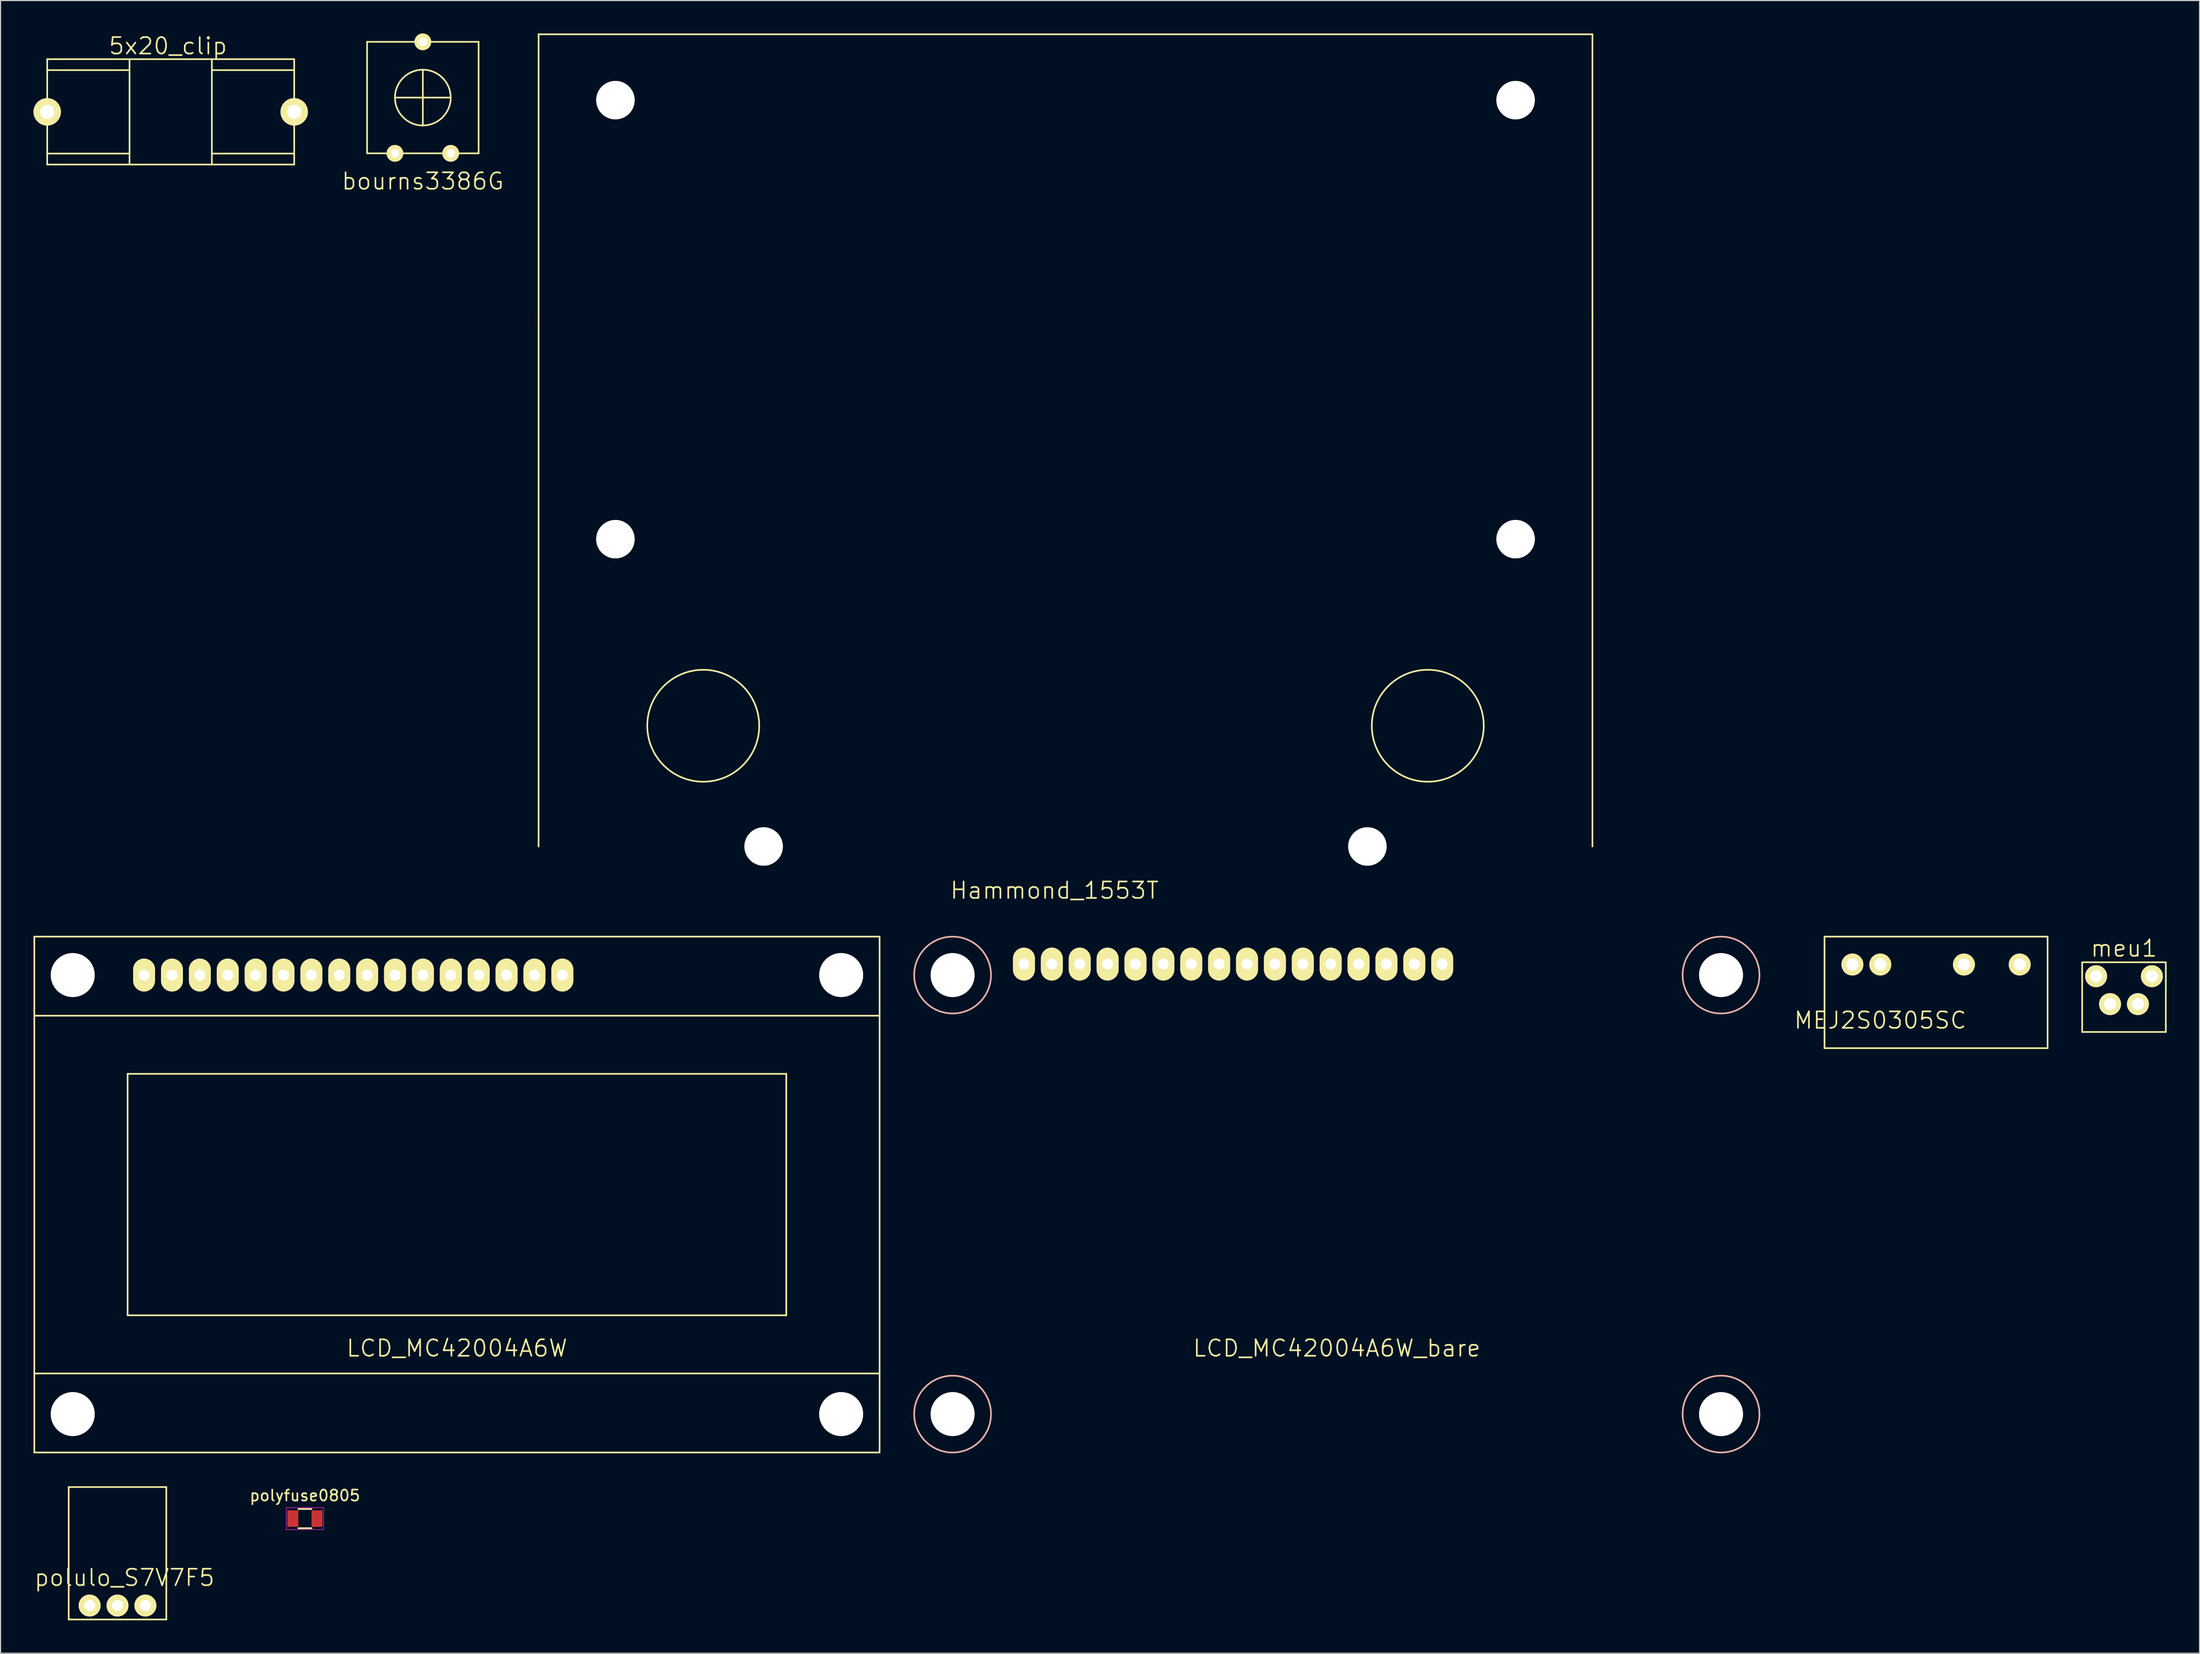
<source format=kicad_pcb>
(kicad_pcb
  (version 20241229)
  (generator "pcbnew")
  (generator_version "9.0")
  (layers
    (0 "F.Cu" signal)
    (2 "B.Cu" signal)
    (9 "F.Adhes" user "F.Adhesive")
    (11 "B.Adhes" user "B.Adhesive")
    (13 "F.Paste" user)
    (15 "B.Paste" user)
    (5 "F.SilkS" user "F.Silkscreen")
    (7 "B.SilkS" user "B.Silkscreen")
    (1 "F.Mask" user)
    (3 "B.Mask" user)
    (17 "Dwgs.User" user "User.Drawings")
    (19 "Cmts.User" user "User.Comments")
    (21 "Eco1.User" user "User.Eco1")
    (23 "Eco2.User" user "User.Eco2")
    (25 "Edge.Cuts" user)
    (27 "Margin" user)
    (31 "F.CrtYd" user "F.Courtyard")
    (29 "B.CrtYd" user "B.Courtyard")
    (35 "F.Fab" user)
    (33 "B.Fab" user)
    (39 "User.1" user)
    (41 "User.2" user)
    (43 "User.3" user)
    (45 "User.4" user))
  (footprint "MEJ2S0305SC"
    (layer "F.Cu")
    (at 165.692 84.831)
    (property "Reference" "MEJ2S0305SC" (at 2.54 5.08 0) (layer "F.SilkS") (effects (font (size 1.5 1.5) (thickness 0.15))))
    (attr through_hole)
    (fp_line (start -2.54 -2.54) (end 17.78 -2.54) (stroke (width 0.15) (type solid)) (layer "F.SilkS"))
    (fp_line (start -2.54 7.62) (end -2.54 -2.54) (stroke (width 0.15) (type solid)) (layer "F.SilkS"))
    (fp_line (start 17.78 -2.54) (end 17.78 7.62) (stroke (width 0.15) (type solid)) (layer "F.SilkS"))
    (fp_line (start 17.78 7.62) (end -2.54 7.62) (stroke (width 0.15) (type solid)) (layer "F.SilkS"))
    (pad "1" thru_hole circle (at 0 0) (size 2 2) (drill 1.1) (layers "*.Cu" "*.Mask" "F.SilkS"))
    (pad "2" thru_hole circle (at 2.54 0) (size 2 2) (drill 1.1) (layers "*.Cu" "*.Mask" "F.SilkS"))
    (pad "5" thru_hole circle (at 10.16 0) (size 2 2) (drill 1.1) (layers "*.Cu" "*.Mask" "F.SilkS"))
    (pad "7" thru_hole circle (at 15.24 0) (size 2 2) (drill 1.1) (layers "*.Cu" "*.Mask" "F.SilkS")))
  (footprint "meu1"
    (layer "F.Cu")
    (at 190.432 87.166)
    (property "Reference" "meu1" (at 0 -3.81 0) (layer "F.SilkS") (effects (font (size 1.5 1.5) (thickness 0.15))))
    (attr through_hole)
    (fp_line (start -3.81 -2.54) (end 3.81 -2.54) (stroke (width 0.15) (type solid)) (layer "F.SilkS"))
    (fp_line (start -3.81 3.81) (end -3.81 -2.54) (stroke (width 0.15) (type solid)) (layer "F.SilkS"))
    (fp_line (start 3.81 -2.54) (end 3.81 3.81) (stroke (width 0.15) (type solid)) (layer "F.SilkS"))
    (fp_line (start 3.81 3.81) (end -3.81 3.81) (stroke (width 0.15) (type solid)) (layer "F.SilkS"))
    (pad "1" thru_hole circle (at -2.54 -1.27) (size 2 2) (drill 1.1) (layers "*.Cu" "*.Mask" "F.SilkS"))
    (pad "2" thru_hole circle (at -1.27 1.27) (size 2 2) (drill 1.1) (layers "*.Cu" "*.Mask" "F.SilkS"))
    (pad "3" thru_hole circle (at 1.27 1.27) (size 2 2) (drill 1.1) (layers "*.Cu" "*.Mask" "F.SilkS"))
    (pad "4" thru_hole circle (at 2.54 -1.27) (size 2 2) (drill 1.1) (layers "*.Cu" "*.Mask" "F.SilkS")))
  (footprint "5x20_clip"
    (layer "F.Cu")
    (at 12.25 7.141)
    (property "Reference" "5x20_clip" (at 0 -6 0) (layer "F.SilkS") (effects (font (size 1.5 1.5) (thickness 0.15))))
    (attr through_hole)
    (fp_line (start -11 -4.8) (end -11 4.8) (stroke (width 0.15) (type solid)) (layer "F.SilkS"))
    (fp_line (start -11 4.8) (end 11.5 4.8) (stroke (width 0.15) (type solid)) (layer "F.SilkS"))
    (fp_line (start -3.5 -3.8) (end -11 -3.8) (stroke (width 0.15) (type solid)) (layer "F.SilkS"))
    (fp_line (start -3.5 3.8) (end -11 3.8) (stroke (width 0.15) (type solid)) (layer "F.SilkS"))
    (fp_line (start -3.5 4.7) (end -3.5 -4.8) (stroke (width 0.15) (type solid)) (layer "F.SilkS"))
    (fp_line (start 4 -4.8) (end 4 4.8) (stroke (width 0.15) (type solid)) (layer "F.SilkS"))
    (fp_line (start 4 -3.8) (end 11.5 -3.8) (stroke (width 0.15) (type solid)) (layer "F.SilkS"))
    (fp_line (start 4 3.8) (end 11.5 3.8) (stroke (width 0.15) (type solid)) (layer "F.SilkS"))
    (fp_line (start 11.5 -4.8) (end -11 -4.8) (stroke (width 0.15) (type solid)) (layer "F.SilkS"))
    (fp_line (start 11.5 4.8) (end 11.5 -4.8) (stroke (width 0.15) (type solid)) (layer "F.SilkS"))
    (pad "1" thru_hole circle (at -11 0) (size 2.5 2.5) (drill 1.3) (layers "*.Cu" "*.Mask" "F.SilkS"))
    (pad "2" thru_hole circle (at 11.5 0) (size 2.5 2.5) (drill 1.3) (layers "*.Cu" "*.Mask" "F.SilkS")))
  (footprint "LCD_MC42004A6W_bare"
    (layer "F.Cu")
    (at 118.725 105.791)
    (property "Reference" "LCD_MC42004A6W_bare" (at 0 14 0) (layer "F.SilkS") (effects (font (size 1.5 1.5) (thickness 0.15))))
    (attr through_hole)
    (fp_circle (center -35 -20) (end -31.5 -20) (stroke (width 0.15) (type solid)) (fill no) (layer "B.SilkS"))
    (fp_circle (center -35 20) (end -38.5 20) (stroke (width 0.15) (type solid)) (fill no) (layer "B.SilkS"))
    (fp_circle (center 35 -20) (end 38.5 -20) (stroke (width 0.15) (type solid)) (fill no) (layer "B.SilkS"))
    (fp_circle (center 35 20) (end 38.5 20) (stroke (width 0.15) (type solid)) (fill no) (layer "B.SilkS"))
    (pad "" np_thru_hole circle (at -35 -20) (size 4 4) (drill 4) (layers "*.Cu" "*.Mask" "F.SilkS"))
    (pad "" np_thru_hole circle (at -35 20) (size 4 4) (drill 4) (layers "*.Cu" "*.Mask" "F.SilkS"))
    (pad "" np_thru_hole circle (at 35 -20) (size 4 4) (drill 4) (layers "*.Cu" "*.Mask" "F.SilkS"))
    (pad "" np_thru_hole circle (at 35 20) (size 4 4) (drill 4) (layers "*.Cu" "*.Mask" "F.SilkS"))
    (pad "1" thru_hole oval (at -28.5 -21) (size 2 3) (drill 1) (layers "*.Cu" "*.Mask" "F.SilkS"))
    (pad "2" thru_hole oval (at -25.96 -21) (size 2 3) (drill 1) (layers "*.Cu" "*.Mask" "F.SilkS"))
    (pad "3" thru_hole oval (at -23.42 -21) (size 2 3) (drill 1) (layers "*.Cu" "*.Mask" "F.SilkS"))
    (pad "4" thru_hole oval (at -20.88 -21) (size 2 3) (drill 1) (layers "*.Cu" "*.Mask" "F.SilkS"))
    (pad "5" thru_hole oval (at -18.34 -21) (size 2 3) (drill 1) (layers "*.Cu" "*.Mask" "F.SilkS"))
    (pad "6" thru_hole oval (at -15.8 -21) (size 2 3) (drill 1) (layers "*.Cu" "*.Mask" "F.SilkS"))
    (pad "7" thru_hole oval (at -13.26 -21) (size 2 3) (drill 1) (layers "*.Cu" "*.Mask" "F.SilkS"))
    (pad "8" thru_hole oval (at -10.72 -21) (size 2 3) (drill 1) (layers "*.Cu" "*.Mask" "F.SilkS"))
    (pad "9" thru_hole oval (at -8.18 -21) (size 2 3) (drill 1) (layers "*.Cu" "*.Mask" "F.SilkS"))
    (pad "10" thru_hole oval (at -5.64 -21) (size 2 3) (drill 1) (layers "*.Cu" "*.Mask" "F.SilkS"))
    (pad "11" thru_hole oval (at -3.1 -21) (size 2 3) (drill 1) (layers "*.Cu" "*.Mask" "F.SilkS"))
    (pad "12" thru_hole oval (at -0.56 -21) (size 2 3) (drill 1) (layers "*.Cu" "*.Mask" "F.SilkS"))
    (pad "13" thru_hole oval (at 1.98 -21) (size 2 3) (drill 1) (layers "*.Cu" "*.Mask" "F.SilkS"))
    (pad "14" thru_hole oval (at 4.52 -21) (size 2 3) (drill 1) (layers "*.Cu" "*.Mask" "F.SilkS"))
    (pad "15" thru_hole oval (at 7.06 -21) (size 2 3) (drill 1) (layers "*.Cu" "*.Mask" "F.SilkS"))
    (pad "16" thru_hole oval (at 9.6 -21) (size 2 3) (drill 1) (layers "*.Cu" "*.Mask" "F.SilkS")))
  (footprint "bourns3386G"
    (layer "F.Cu")
    (at 35.468 5.842)
    (property "Reference" "bourns3386G" (at 0 7.62 0) (layer "F.SilkS") (effects (font (size 1.5 1.5) (thickness 0.15))))
    (attr through_hole)
    (fp_line (start -5.08 -5.08) (end -5.08 5.08) (stroke (width 0.15) (type solid)) (layer "F.SilkS"))
    (fp_line (start -5.08 -5.08) (end 5.08 -5.08) (stroke (width 0.15) (type solid)) (layer "F.SilkS"))
    (fp_line (start -5.08 5.08) (end 5.08 5.08) (stroke (width 0.15) (type solid)) (layer "F.SilkS"))
    (fp_line (start -2.54 0) (end 2.54 0) (stroke (width 0.15) (type solid)) (layer "F.SilkS"))
    (fp_line (start 0 -2.54) (end 0 2.54) (stroke (width 0.15) (type solid)) (layer "F.SilkS"))
    (fp_line (start 5.08 5.08) (end 5.08 -5.08) (stroke (width 0.15) (type solid)) (layer "F.SilkS"))
    (fp_circle (center 0 0) (end 2.54 0) (stroke (width 0.15) (type solid)) (fill no) (layer "F.SilkS"))
    (pad "1" thru_hole circle (at -2.54 5.08) (size 1.524 1.524) (drill 0.762) (layers "*.Cu" "*.Mask" "F.SilkS"))
    (pad "2" thru_hole circle (at 0 -5.08) (size 1.524 1.524) (drill 0.762) (layers "*.Cu" "*.Mask" "F.SilkS"))
    (pad "3" thru_hole circle (at 2.54 5.08) (size 1.524 1.524) (drill 0.762) (layers "*.Cu" "*.Mask" "F.SilkS")))
  (footprint "Hammond_1553T"
    (layer "F.Cu")
    (at 94.011 74.075)
    (property "Reference" "Hammond_1553T" (at -1 4 0) (layer "F.SilkS") (effects (font (size 1.5 1.5) (thickness 0.15))))
    (attr through_hole)
    (fp_line (start -48 -74) (end -48 -48) (stroke (width 0.15) (type solid)) (layer "F.SilkS"))
    (fp_line (start -48 -74) (end 48 -74) (stroke (width 0.15) (type solid)) (layer "F.SilkS"))
    (fp_line (start -48 0) (end -48 -48) (stroke (width 0.15) (type solid)) (layer "F.SilkS"))
    (fp_line (start 48 -74) (end 48 -48) (stroke (width 0.15) (type solid)) (layer "F.SilkS"))
    (fp_line (start 48 0) (end 48 -48) (stroke (width 0.15) (type solid)) (layer "F.SilkS"))
    (fp_circle (center -33 -11) (end -28 -12) (stroke (width 0.15) (type solid)) (fill no) (layer "F.SilkS"))
    (fp_circle (center 33 -11) (end 38 -12) (stroke (width 0.15) (type solid)) (fill no) (layer "F.SilkS"))
    (pad "" np_thru_hole circle (at -41 -68) (size 3.5 3.5) (drill 3.5) (layers "*.Cu" "*.Mask" "F.SilkS"))
    (pad "" np_thru_hole circle (at -41 -28) (size 3.5 3.5) (drill 3.5) (layers "*.Cu" "*.Mask" "F.SilkS"))
    (pad "" np_thru_hole circle (at -27.5 0) (size 3.5 3.5) (drill 3.5) (layers "*.Cu" "*.Mask" "F.SilkS"))
    (pad "" np_thru_hole circle (at 27.5 0) (size 3.5 3.5) (drill 3.5) (layers "*.Cu" "*.Mask" "F.SilkS"))
    (pad "" np_thru_hole circle (at 41 -68) (size 3.5 3.5) (drill 3.5) (layers "*.Cu" "*.Mask" "F.SilkS"))
    (pad "" np_thru_hole circle (at 41 -28) (size 3.5 3.5) (drill 3.5) (layers "*.Cu" "*.Mask" "F.SilkS")))
  (footprint "polyfuse0805"
    (layer "F.Cu")
    (at 24.727 135.314)
    (property "Reference" "polyfuse0805" (at 0 -2.1 0) (layer "F.SilkS") (effects (font (size 1 1) (thickness 0.15))))
    (attr smd)
    (fp_line (start -0.6 -0.875) (end 0.6 -0.875) (stroke (width 0.15) (type solid)) (layer "F.SilkS"))
    (fp_line (start 0.6 0.875) (end -0.6 0.875) (stroke (width 0.15) (type solid)) (layer "F.SilkS"))
    (fp_line (start -1.7 -1) (end 1.7 -1) (stroke (width 0.05) (type solid)) (layer "F.CrtYd"))
    (fp_line (start -1.7 1) (end -1.7 -1) (stroke (width 0.05) (type solid)) (layer "F.CrtYd"))
    (fp_line (start -1.7 1) (end 1.7 1) (stroke (width 0.05) (type solid)) (layer "F.CrtYd"))
    (fp_line (start 1.7 -1) (end 1.7 1) (stroke (width 0.05) (type solid)) (layer "F.CrtYd"))
    (pad "1" smd rect (at -1.1 0) (size 1 1.5) (layers "F.Cu" "F.Mask" "F.Paste"))
    (pad "2" smd rect (at 1.1 0) (size 1 1.5) (layers "F.Cu" "F.Mask" "F.Paste")))
  (footprint "LCD_MC42004A6W"
    (layer "F.Cu")
    (at 38.575 105.791)
    (property "Reference" "LCD_MC42004A6W" (at 0 14 0) (layer "F.SilkS") (effects (font (size 1.5 1.5) (thickness 0.15))))
    (attr through_hole)
    (fp_line (start -38.5 -23.5) (end -38.5 23.5) (stroke (width 0.15) (type solid)) (layer "F.SilkS"))
    (fp_line (start -38.5 -16.3) (end 38.5 -16.3) (stroke (width 0.15) (type solid)) (layer "F.SilkS"))
    (fp_line (start -38.5 16.3) (end 38.5 16.3) (stroke (width 0.15) (type solid)) (layer "F.SilkS"))
    (fp_line (start -38.5 23.5) (end 38.5 23.5) (stroke (width 0.15) (type solid)) (layer "F.SilkS"))
    (fp_line (start -30 -11) (end -30 11) (stroke (width 0.15) (type solid)) (layer "F.SilkS"))
    (fp_line (start -30 11) (end 30 11) (stroke (width 0.15) (type solid)) (layer "F.SilkS"))
    (fp_line (start 30 -11) (end -30 -11) (stroke (width 0.15) (type solid)) (layer "F.SilkS"))
    (fp_line (start 30 11) (end 30 -11) (stroke (width 0.15) (type solid)) (layer "F.SilkS"))
    (fp_line (start 38.5 -23.5) (end -38.5 -23.5) (stroke (width 0.15) (type solid)) (layer "F.SilkS"))
    (fp_line (start 38.5 23.5) (end 38.5 -23.5) (stroke (width 0.15) (type solid)) (layer "F.SilkS"))
    (pad "" np_thru_hole circle (at -35 -20) (size 4 4) (drill 4) (layers "*.Cu" "*.Mask" "F.SilkS"))
    (pad "" np_thru_hole circle (at -35 20) (size 4 4) (drill 4) (layers "*.Cu" "*.Mask" "F.SilkS"))
    (pad "" np_thru_hole circle (at 35 -20) (size 4 4) (drill 4) (layers "*.Cu" "*.Mask" "F.SilkS"))
    (pad "" np_thru_hole circle (at 35 20) (size 4 4) (drill 4) (layers "*.Cu" "*.Mask" "F.SilkS"))
    (pad "1" thru_hole oval (at -28.5 -20) (size 2 3) (drill 1) (layers "*.Cu" "*.Mask" "F.SilkS"))
    (pad "2" thru_hole oval (at -25.96 -20) (size 2 3) (drill 1) (layers "*.Cu" "*.Mask" "F.SilkS"))
    (pad "3" thru_hole oval (at -23.42 -20) (size 2 3) (drill 1) (layers "*.Cu" "*.Mask" "F.SilkS"))
    (pad "4" thru_hole oval (at -20.88 -20) (size 2 3) (drill 1) (layers "*.Cu" "*.Mask" "F.SilkS"))
    (pad "5" thru_hole oval (at -18.34 -20) (size 2 3) (drill 1) (layers "*.Cu" "*.Mask" "F.SilkS"))
    (pad "6" thru_hole oval (at -15.8 -20) (size 2 3) (drill 1) (layers "*.Cu" "*.Mask" "F.SilkS"))
    (pad "7" thru_hole oval (at -13.26 -20) (size 2 3) (drill 1) (layers "*.Cu" "*.Mask" "F.SilkS"))
    (pad "8" thru_hole oval (at -10.72 -20) (size 2 3) (drill 1) (layers "*.Cu" "*.Mask" "F.SilkS"))
    (pad "9" thru_hole oval (at -8.18 -20) (size 2 3) (drill 1) (layers "*.Cu" "*.Mask" "F.SilkS"))
    (pad "10" thru_hole oval (at -5.64 -20) (size 2 3) (drill 1) (layers "*.Cu" "*.Mask" "F.SilkS"))
    (pad "11" thru_hole oval (at -3.1 -20) (size 2 3) (drill 1) (layers "*.Cu" "*.Mask" "F.SilkS"))
    (pad "12" thru_hole oval (at -0.56 -20) (size 2 3) (drill 1) (layers "*.Cu" "*.Mask" "F.SilkS"))
    (pad "13" thru_hole oval (at 1.98 -20) (size 2 3) (drill 1) (layers "*.Cu" "*.Mask" "F.SilkS"))
    (pad "14" thru_hole oval (at 4.52 -20) (size 2 3) (drill 1) (layers "*.Cu" "*.Mask" "F.SilkS"))
    (pad "15" thru_hole oval (at 7.06 -20) (size 2 3) (drill 1) (layers "*.Cu" "*.Mask" "F.SilkS"))
    (pad "16" thru_hole oval (at 9.6 -20) (size 2 3) (drill 1) (layers "*.Cu" "*.Mask" "F.SilkS")))
  (footprint "polulo_S7V7F5"
    (layer "F.Cu")
    (at 7.654 143.236)
    (property "Reference" "polulo_S7V7F5" (at 0.635 -2.54 0) (layer "F.SilkS") (effects (font (size 1.5 1.5) (thickness 0.15))))
    (attr through_hole)
    (fp_line (start -4.445 -10.795) (end 4.445 -10.795) (stroke (width 0.15) (type solid)) (layer "F.SilkS"))
    (fp_line (start -4.445 1.27) (end -4.445 -10.795) (stroke (width 0.15) (type solid)) (layer "F.SilkS"))
    (fp_line (start -4.445 1.27) (end 4.445 1.27) (stroke (width 0.15) (type solid)) (layer "F.SilkS"))
    (fp_line (start 4.445 -10.795) (end 4.445 1.27) (stroke (width 0.15) (type solid)) (layer "F.SilkS"))
    (pad "1" thru_hole circle (at -2.54 0) (size 2 2) (drill 1) (layers "*.Cu" "*.Mask" "F.SilkS"))
    (pad "2" thru_hole circle (at 0 0) (size 2 2) (drill 1) (layers "*.Cu" "*.Mask" "F.SilkS"))
    (pad "3" thru_hole circle (at 2.54 0) (size 2 2) (drill 1) (layers "*.Cu" "*.Mask" "F.SilkS")))
  (gr_rect
    (start -3 -3)
    (end 197.317 147.581)
    (stroke (width 0.1) (type default))
    (fill no)
    (layer "Edge.Cuts")))
</source>
